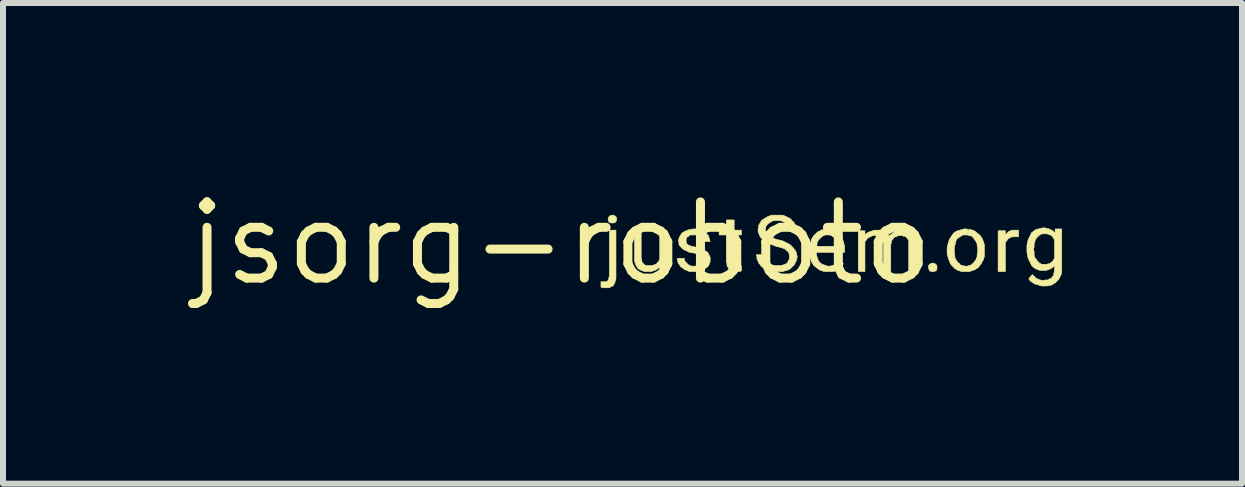
<source format=kicad_pcb>
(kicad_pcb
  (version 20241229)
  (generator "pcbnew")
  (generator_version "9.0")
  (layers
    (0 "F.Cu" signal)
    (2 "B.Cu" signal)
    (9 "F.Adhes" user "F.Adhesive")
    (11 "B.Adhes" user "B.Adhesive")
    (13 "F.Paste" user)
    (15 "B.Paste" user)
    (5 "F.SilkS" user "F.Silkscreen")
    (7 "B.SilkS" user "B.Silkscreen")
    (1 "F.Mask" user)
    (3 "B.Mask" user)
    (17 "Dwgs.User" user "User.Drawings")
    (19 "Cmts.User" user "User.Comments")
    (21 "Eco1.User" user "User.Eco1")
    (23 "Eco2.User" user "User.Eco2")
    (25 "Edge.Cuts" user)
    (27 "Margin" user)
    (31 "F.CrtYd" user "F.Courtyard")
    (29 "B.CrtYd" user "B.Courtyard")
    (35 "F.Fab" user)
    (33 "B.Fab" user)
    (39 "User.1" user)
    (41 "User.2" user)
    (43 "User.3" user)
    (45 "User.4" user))
  (footprint "jsorg-roboto"
    (layer "F.Cu")
    (at 6.297 1.006)
    (property "Reference" "jsorg-roboto" (at 0 0 0) (layer "F.SilkS") (effects (font (size 1.27 1.27) (thickness 0.15))))
    (attr board_only exclude_from_pos_files exclude_from_bom)
    (fp_poly (pts (xy 0.92 -0.22) (xy 0.81 -0.22) (xy 0.81 0.55) (xy 0.8 0.57) (xy 0.8 0.6) (xy 0.79 0.61) (xy 0.78 0.63) (xy 0.77 0.64) (xy 0.75 0.64) (xy 0.73 0.64) (xy 0.7 0.64) (xy 0.67 0.64) (xy 0.67 0.73) (xy 0.7 0.74) (xy 0.73 0.74) (xy 0.77 0.74) (xy 0.81 0.74) (xy 0.84 0.72) (xy 0.87 0.71) (xy 0.89 0.68) (xy 0.9 0.66) (xy 0.91 0.62) (xy 0.92 0.59) (xy 0.92 0.55) (xy 0.92 -0.22)) (stroke (width 0.01) (type solid)) (fill yes) (layer "F.SilkS"))
    (fp_poly (pts (xy 7.63 -0.11) (xy 7.63 -0.22) (xy 7.62 -0.22) (xy 7.59 -0.22) (xy 7.56 -0.22) (xy 7.53 -0.22) (xy 7.5 -0.21) (xy 7.47 -0.2) (xy 7.45 -0.18) (xy 7.43 -0.16) (xy 7.41 -0.14) (xy 7.41 -0.21) (xy 7.29 -0.21) (xy 7.29 0.47) (xy 7.41 0.47) (xy 7.41 -0.01) (xy 7.42 -0.03) (xy 7.44 -0.05) (xy 7.45 -0.07) (xy 7.48 -0.09) (xy 7.5 -0.1) (xy 7.53 -0.11) (xy 7.56 -0.11) (xy 7.59 -0.11) (xy 7.63 -0.11)) (stroke (width 0.01) (type solid)) (fill yes) (layer "F.SilkS"))
    (fp_poly (pts (xy 0.79 -0.4) (xy 0.79 -0.39) (xy 0.8 -0.37) (xy 0.8 -0.36) (xy 0.81 -0.35) (xy 0.83 -0.34) (xy 0.84 -0.34) (xy 0.85 -0.34) (xy 0.87 -0.34) (xy 0.89 -0.34) (xy 0.9 -0.35) (xy 0.91 -0.35) (xy 0.92 -0.36) (xy 0.92 -0.37) (xy 0.93 -0.38) (xy 0.93 -0.4) (xy 0.93 -0.41) (xy 0.93 -0.43) (xy 0.92 -0.44) (xy 0.91 -0.45) (xy 0.9 -0.46) (xy 0.89 -0.46) (xy 0.88 -0.47) (xy 0.85 -0.47) (xy 0.83 -0.46) (xy 0.82 -0.46) (xy 0.81 -0.45) (xy 0.8 -0.44) (xy 0.8 -0.43) (xy 0.79 -0.41) (xy 0.79 -0.4)) (stroke (width 0.01) (type solid)) (fill yes) (layer "F.SilkS"))
    (fp_poly (pts (xy 2.89 -0.39) (xy 2.76 -0.39) (xy 2.76 -0.22) (xy 2.64 -0.22) (xy 2.64 -0.14) (xy 2.76 -0.14) (xy 2.76 0.3) (xy 2.77 0.34) (xy 2.77 0.37) (xy 2.78 0.39) (xy 2.8 0.42) (xy 2.81 0.44) (xy 2.83 0.45) (xy 2.86 0.46) (xy 2.88 0.47) (xy 2.91 0.47) (xy 2.94 0.47) (xy 2.98 0.47) (xy 3.01 0.46) (xy 3.01 0.37) (xy 2.96 0.37) (xy 2.94 0.37) (xy 2.93 0.37) (xy 2.91 0.36) (xy 2.9 0.35) (xy 2.89 0.34) (xy 2.89 0.33) (xy 2.89 0.29) (xy 2.89 -0.14) (xy 3.01 -0.14) (xy 3.01 -0.22) (xy 2.89 -0.22) (xy 2.89 -0.39)) (stroke (width 0.01) (type solid)) (fill yes) (layer "F.SilkS"))
    (fp_poly (pts (xy 6.13 0.41) (xy 6.13 0.42) (xy 6.14 0.43) (xy 6.14 0.45) (xy 6.15 0.46) (xy 6.16 0.46) (xy 6.17 0.47) (xy 6.19 0.47) (xy 6.2 0.47) (xy 6.22 0.47) (xy 6.23 0.47) (xy 6.24 0.46) (xy 6.25 0.46) (xy 6.26 0.45) (xy 6.27 0.43) (xy 6.27 0.42) (xy 6.27 0.41) (xy 6.27 0.39) (xy 6.27 0.37) (xy 6.26 0.36) (xy 6.25 0.35) (xy 6.24 0.34) (xy 6.23 0.34) (xy 6.22 0.33) (xy 6.2 0.33) (xy 6.18 0.33) (xy 6.17 0.34) (xy 6.16 0.34) (xy 6.15 0.35) (xy 6.14 0.36) (xy 6.13 0.37) (xy 6.13 0.39) (xy 6.13 0.41)) (stroke (width 0.01) (type solid)) (fill yes) (layer "F.SilkS"))
    (fp_poly (pts (xy 1.65 0.39) (xy 1.65 0.46) (xy 1.77 0.46) (xy 1.77 -0.22) (xy 1.65 -0.22) (xy 1.65 0.27) (xy 1.64 0.28) (xy 1.63 0.31) (xy 1.61 0.32) (xy 1.6 0.34) (xy 1.58 0.35) (xy 1.55 0.36) (xy 1.53 0.37) (xy 1.5 0.37) (xy 1.47 0.37) (xy 1.45 0.37) (xy 1.42 0.37) (xy 1.4 0.36) (xy 1.39 0.35) (xy 1.37 0.33) (xy 1.36 0.32) (xy 1.35 0.3) (xy 1.35 0.27) (xy 1.34 0.25) (xy 1.34 0.22) (xy 1.34 -0.22) (xy 1.23 -0.22) (xy 1.23 0.26) (xy 1.23 0.3) (xy 1.24 0.33) (xy 1.25 0.36) (xy 1.27 0.39) (xy 1.28 0.41) (xy 1.3 0.43) (xy 1.32 0.44) (xy 1.34 0.45) (xy 1.37 0.46) (xy 1.39 0.47) (xy 1.42 0.47) (xy 1.45 0.47) (xy 1.48 0.47) (xy 1.51 0.47) (xy 1.54 0.46) (xy 1.57 0.45) (xy 1.59 0.44) (xy 1.61 0.43) (xy 1.63 0.41) (xy 1.65 0.39)) (stroke (width 0.01) (type solid)) (fill yes) (layer "F.SilkS"))
    (fp_poly (pts (xy 5.07 -0.21) (xy 4.96 -0.21) (xy 4.96 0.47) (xy 5.07 0.47) (xy 5.07 -0.03) (xy 5.09 -0.05) (xy 5.1 -0.07) (xy 5.12 -0.09) (xy 5.14 -0.1) (xy 5.16 -0.11) (xy 5.18 -0.12) (xy 5.21 -0.13) (xy 5.24 -0.13) (xy 5.26 -0.13) (xy 5.29 -0.12) (xy 5.31 -0.11) (xy 5.33 -0.1) (xy 5.34 -0.09) (xy 5.35 -0.07) (xy 5.36 -0.05) (xy 5.37 -0.03) (xy 5.38 -0.01) (xy 5.38 0.02) (xy 5.38 0.47) (xy 5.5 0.47) (xy 5.5 0.02) (xy 5.51 -0.01) (xy 5.51 -0.04) (xy 5.53 -0.06) (xy 5.54 -0.08) (xy 5.56 -0.1) (xy 5.58 -0.11) (xy 5.61 -0.12) (xy 5.63 -0.13) (xy 5.66 -0.13) (xy 5.69 -0.13) (xy 5.71 -0.12) (xy 5.73 -0.12) (xy 5.75 -0.11) (xy 5.77 -0.09) (xy 5.78 -0.08) (xy 5.79 -0.06) (xy 5.8 -0.04) (xy 5.8 -0.01) (xy 5.8 0.02) (xy 5.8 0.47) (xy 5.92 0.47) (xy 5.92 0.01) (xy 5.92 -0.03) (xy 5.91 -0.08) (xy 5.89 -0.12) (xy 5.87 -0.15) (xy 5.85 -0.18) (xy 5.83 -0.19) (xy 5.81 -0.2) (xy 5.78 -0.21) (xy 5.76 -0.22) (xy 5.73 -0.22) (xy 5.7 -0.22) (xy 5.67 -0.22) (xy 5.64 -0.22) (xy 5.61 -0.21) (xy 5.59 -0.21) (xy 5.57 -0.2) (xy 5.55 -0.18) (xy 5.53 -0.17) (xy 5.51 -0.15) (xy 5.49 -0.14) (xy 5.47 -0.12) (xy 5.46 -0.14) (xy 5.44 -0.16) (xy 5.42 -0.18) (xy 5.4 -0.19) (xy 5.38 -0.2) (xy 5.35 -0.21) (xy 5.33 -0.22) (xy 5.29 -0.22) (xy 5.26 -0.22) (xy 5.23 -0.22) (xy 5.2 -0.21) (xy 5.17 -0.2) (xy 5.14 -0.19) (xy 5.12 -0.18) (xy 5.09 -0.16) (xy 5.07 -0.14) (xy 5.07 -0.21)) (stroke (width 0.01) (type solid)) (fill yes) (layer "F.SilkS"))
    (fp_poly (pts (xy 4.46 0.47) (xy 4.5 0.47) (xy 4.54 0.47) (xy 4.58 0.46) (xy 4.61 0.44) (xy 4.64 0.42) (xy 4.67 0.4) (xy 4.69 0.37) (xy 4.71 0.34) (xy 4.65 0.28) (xy 4.62 0.31) (xy 4.59 0.34) (xy 4.56 0.36) (xy 4.53 0.37) (xy 4.49 0.38) (xy 4.45 0.38) (xy 4.42 0.37) (xy 4.39 0.36) (xy 4.36 0.35) (xy 4.33 0.33) (xy 4.31 0.31) (xy 4.29 0.28) (xy 4.28 0.25) (xy 4.27 0.22) (xy 4.26 0.19) (xy 4.26 0.15) (xy 4.27 0.05) (xy 4.27 0.01) (xy 4.28 -0.03) (xy 4.3 -0.06) (xy 4.32 -0.08) (xy 4.35 -0.11) (xy 4.38 -0.13) (xy 4.41 -0.14) (xy 4.44 -0.14) (xy 4.48 -0.14) (xy 4.51 -0.13) (xy 4.54 -0.11) (xy 4.57 -0.09) (xy 4.58 -0.06) (xy 4.6 -0.03) (xy 4.6 0.01) (xy 4.61 0.05) (xy 4.27 0.05) (xy 4.26 0.15) (xy 4.73 0.15) (xy 4.73 0.08) (xy 4.73 0.04) (xy 4.72 0.01) (xy 4.71 -0.03) (xy 4.7 -0.06) (xy 4.69 -0.09) (xy 4.68 -0.11) (xy 4.66 -0.14) (xy 4.65 -0.16) (xy 4.63 -0.18) (xy 4.6 -0.19) (xy 4.58 -0.21) (xy 4.55 -0.22) (xy 4.53 -0.23) (xy 4.5 -0.23) (xy 4.47 -0.24) (xy 4.43 -0.24) (xy 4.4 -0.23) (xy 4.37 -0.23) (xy 4.34 -0.22) (xy 4.31 -0.2) (xy 4.28 -0.19) (xy 4.26 -0.17) (xy 4.24 -0.15) (xy 4.21 -0.12) (xy 4.2 -0.1) (xy 4.18 -0.07) (xy 4.17 -0.03) (xy 4.16 0) (xy 4.15 0.03) (xy 4.15 0.07) (xy 4.15 0.1) (xy 4.15 0.15) (xy 4.15 0.19) (xy 4.15 0.22) (xy 4.16 0.25) (xy 4.17 0.28) (xy 4.18 0.31) (xy 4.2 0.34) (xy 4.21 0.36) (xy 4.23 0.38) (xy 4.26 0.4) (xy 4.28 0.42) (xy 4.31 0.44) (xy 4.33 0.45) (xy 4.36 0.46) (xy 4.39 0.47) (xy 4.42 0.47) (xy 4.46 0.47)) (stroke (width 0.01) (type solid)) (fill yes) (layer "F.SilkS"))
    (fp_poly (pts (xy 2.37 0.28) (xy 2.37 0.3) (xy 2.36 0.32) (xy 2.35 0.34) (xy 2.33 0.35) (xy 2.3 0.37) (xy 2.27 0.37) (xy 2.24 0.38) (xy 2.21 0.38) (xy 2.18 0.38) (xy 2.15 0.37) (xy 2.13 0.36) (xy 2.11 0.34) (xy 2.09 0.32) (xy 2.07 0.3) (xy 2.06 0.28) (xy 2.06 0.25) (xy 1.94 0.25) (xy 1.95 0.28) (xy 1.95 0.31) (xy 1.96 0.33) (xy 1.98 0.36) (xy 2 0.39) (xy 2.03 0.41) (xy 2.07 0.44) (xy 2.1 0.45) (xy 2.14 0.47) (xy 2.18 0.47) (xy 2.23 0.47) (xy 2.27 0.47) (xy 2.32 0.46) (xy 2.36 0.45) (xy 2.39 0.43) (xy 2.42 0.41) (xy 2.45 0.39) (xy 2.47 0.36) (xy 2.48 0.33) (xy 2.49 0.3) (xy 2.49 0.27) (xy 2.49 0.25) (xy 2.49 0.23) (xy 2.48 0.21) (xy 2.47 0.19) (xy 2.46 0.17) (xy 2.45 0.15) (xy 2.43 0.14) (xy 2.39 0.11) (xy 2.34 0.09) (xy 2.29 0.07) (xy 2.18 0.05) (xy 2.13 0.03) (xy 2.11 0.02) (xy 2.1 0) (xy 2.09 -0.01) (xy 2.09 -0.03) (xy 2.09 -0.06) (xy 2.09 -0.08) (xy 2.1 -0.1) (xy 2.12 -0.11) (xy 2.14 -0.13) (xy 2.16 -0.14) (xy 2.19 -0.14) (xy 2.22 -0.14) (xy 2.25 -0.14) (xy 2.28 -0.13) (xy 2.3 -0.12) (xy 2.32 -0.11) (xy 2.34 -0.09) (xy 2.35 -0.07) (xy 2.36 -0.05) (xy 2.36 -0.03) (xy 2.49 -0.03) (xy 2.48 -0.06) (xy 2.47 -0.1) (xy 2.46 -0.13) (xy 2.44 -0.15) (xy 2.42 -0.17) (xy 2.4 -0.19) (xy 2.38 -0.2) (xy 2.36 -0.21) (xy 2.34 -0.22) (xy 2.31 -0.23) (xy 2.26 -0.24) (xy 2.2 -0.24) (xy 2.17 -0.23) (xy 2.14 -0.23) (xy 2.12 -0.22) (xy 2.09 -0.21) (xy 2.07 -0.2) (xy 2.05 -0.19) (xy 2.02 -0.17) (xy 2 -0.14) (xy 1.98 -0.11) (xy 1.97 -0.08) (xy 1.96 -0.05) (xy 1.97 -0.01) (xy 1.97 0.02) (xy 1.99 0.05) (xy 2.01 0.07) (xy 2.03 0.09) (xy 2.06 0.11) (xy 2.09 0.12) (xy 2.12 0.14) (xy 2.15 0.15) (xy 2.27 0.17) (xy 2.3 0.18) (xy 2.33 0.2) (xy 2.35 0.21) (xy 2.36 0.23) (xy 2.37 0.25) (xy 2.37 0.28)) (stroke (width 0.01) (type solid)) (fill yes) (layer "F.SilkS"))
    (fp_poly (pts (xy 6.44 0.11) (xy 6.44 0.15) (xy 6.44 0.18) (xy 6.45 0.21) (xy 6.46 0.25) (xy 6.47 0.28) (xy 6.48 0.3) (xy 6.49 0.33) (xy 6.51 0.36) (xy 6.53 0.38) (xy 6.55 0.4) (xy 6.57 0.42) (xy 6.6 0.44) (xy 6.62 0.45) (xy 6.65 0.46) (xy 6.68 0.47) (xy 6.71 0.47) (xy 6.74 0.47) (xy 6.78 0.47) (xy 6.81 0.47) (xy 6.84 0.46) (xy 6.87 0.45) (xy 6.9 0.44) (xy 6.93 0.42) (xy 6.95 0.41) (xy 6.97 0.39) (xy 6.99 0.36) (xy 7.01 0.34) (xy 7.02 0.31) (xy 7.04 0.28) (xy 7.05 0.25) (xy 7.06 0.22) (xy 7.06 0.18) (xy 7.06 0.14) (xy 7.06 0.1) (xy 7.06 0.06) (xy 7.06 0.02) (xy 7.05 -0.01) (xy 7.04 -0.04) (xy 7.03 -0.07) (xy 7.01 -0.1) (xy 6.99 -0.13) (xy 6.97 -0.15) (xy 6.94 -0.17) (xy 6.92 -0.19) (xy 6.89 -0.21) (xy 6.86 -0.22) (xy 6.83 -0.23) (xy 6.8 -0.23) (xy 6.78 -0.14) (xy 6.81 -0.13) (xy 6.85 -0.12) (xy 6.88 -0.09) (xy 6.9 -0.06) (xy 6.92 -0.03) (xy 6.94 0.01) (xy 6.94 0.04) (xy 6.95 0.07) (xy 6.95 0.13) (xy 6.94 0.19) (xy 6.94 0.22) (xy 6.93 0.25) (xy 6.92 0.27) (xy 6.91 0.29) (xy 6.89 0.31) (xy 6.88 0.33) (xy 6.86 0.34) (xy 6.84 0.36) (xy 6.82 0.37) (xy 6.8 0.37) (xy 6.78 0.38) (xy 6.76 0.38) (xy 6.73 0.38) (xy 6.71 0.37) (xy 6.69 0.37) (xy 6.66 0.36) (xy 6.65 0.34) (xy 6.63 0.33) (xy 6.61 0.31) (xy 6.6 0.29) (xy 6.58 0.26) (xy 6.57 0.24) (xy 6.57 0.21) (xy 6.56 0.18) (xy 6.56 0.15) (xy 6.56 0.12) (xy 6.56 0.07) (xy 6.57 0.03) (xy 6.58 -0.01) (xy 6.59 -0.05) (xy 6.61 -0.08) (xy 6.64 -0.1) (xy 6.67 -0.12) (xy 6.7 -0.14) (xy 6.74 -0.14) (xy 6.78 -0.14) (xy 6.79 -0.23) (xy 6.76 -0.24) (xy 6.72 -0.24) (xy 6.69 -0.23) (xy 6.65 -0.22) (xy 6.62 -0.21) (xy 6.59 -0.2) (xy 6.56 -0.18) (xy 6.54 -0.16) (xy 6.52 -0.13) (xy 6.5 -0.1) (xy 6.48 -0.07) (xy 6.47 -0.04) (xy 6.46 -0.01) (xy 6.45 0.03) (xy 6.44 0.07) (xy 6.44 0.11)) (stroke (width 0.01) (type solid)) (fill yes) (layer "F.SilkS"))
    (fp_poly (pts (xy 7.77 0.09) (xy 7.77 0.14) (xy 7.78 0.2) (xy 7.79 0.25) (xy 7.81 0.29) (xy 7.83 0.33) (xy 7.85 0.37) (xy 7.88 0.4) (xy 7.91 0.42) (xy 7.95 0.44) (xy 7.99 0.45) (xy 8.04 0.45) (xy 8.09 0.45) (xy 8.13 0.44) (xy 8.17 0.42) (xy 8.2 0.4) (xy 8.23 0.37) (xy 8.23 0.46) (xy 8.22 0.49) (xy 8.22 0.51) (xy 8.21 0.54) (xy 8.19 0.56) (xy 8.18 0.58) (xy 8.15 0.59) (xy 8.12 0.61) (xy 8.08 0.61) (xy 8.04 0.62) (xy 7.99 0.61) (xy 7.96 0.6) (xy 7.92 0.58) (xy 7.89 0.55) (xy 7.86 0.52) (xy 7.8 0.59) (xy 7.82 0.62) (xy 7.84 0.64) (xy 7.86 0.65) (xy 7.89 0.67) (xy 7.91 0.68) (xy 7.95 0.69) (xy 7.98 0.7) (xy 8.01 0.71) (xy 8.04 0.71) (xy 8.07 0.71) (xy 8.11 0.71) (xy 8.14 0.7) (xy 8.16 0.7) (xy 8.19 0.69) (xy 8.22 0.67) (xy 8.24 0.66) (xy 8.26 0.64) (xy 8.28 0.62) (xy 8.3 0.6) (xy 8.31 0.58) (xy 8.32 0.56) (xy 8.33 0.54) (xy 8.34 0.52) (xy 8.35 0.46) (xy 8.35 0.43) (xy 8.35 -0.24) (xy 8.24 -0.24) (xy 8.24 -0.17) (xy 8.19 -0.12) (xy 8.21 -0.09) (xy 8.23 -0.06) (xy 8.23 0.25) (xy 8.21 0.28) (xy 8.2 0.3) (xy 8.17 0.32) (xy 8.15 0.34) (xy 8.13 0.34) (xy 8.1 0.35) (xy 8.07 0.35) (xy 8.04 0.35) (xy 8.02 0.35) (xy 8 0.34) (xy 7.98 0.33) (xy 7.96 0.31) (xy 7.94 0.29) (xy 7.93 0.27) (xy 7.91 0.25) (xy 7.9 0.23) (xy 7.89 0.2) (xy 7.89 0.17) (xy 7.89 0.14) (xy 7.88 0.1) (xy 7.89 0.06) (xy 7.89 0.01) (xy 7.9 -0.02) (xy 7.91 -0.06) (xy 7.93 -0.09) (xy 7.95 -0.11) (xy 7.97 -0.13) (xy 8 -0.15) (xy 8.03 -0.16) (xy 8.06 -0.16) (xy 8.1 -0.16) (xy 8.13 -0.15) (xy 8.16 -0.14) (xy 8.19 -0.12) (xy 8.24 -0.17) (xy 8.21 -0.2) (xy 8.18 -0.22) (xy 8.14 -0.24) (xy 8.1 -0.25) (xy 8.05 -0.26) (xy 8 -0.25) (xy 7.96 -0.24) (xy 7.92 -0.23) (xy 7.88 -0.2) (xy 7.85 -0.18) (xy 7.83 -0.14) (xy 7.81 -0.1) (xy 7.79 -0.06) (xy 7.78 -0.01) (xy 7.77 0.03) (xy 7.77 0.09)) (stroke (width 0.01) (type solid)) (fill yes) (layer "F.SilkS"))
    (fp_poly (pts (xy 3.59 0.05) (xy 3.67 0.07) (xy 3.73 0.09) (xy 3.75 0.11) (xy 3.77 0.12) (xy 3.78 0.13) (xy 3.79 0.14) (xy 3.8 0.16) (xy 3.81 0.19) (xy 3.81 0.21) (xy 3.81 0.24) (xy 3.81 0.26) (xy 3.8 0.28) (xy 3.79 0.3) (xy 3.78 0.32) (xy 3.76 0.34) (xy 3.73 0.35) (xy 3.71 0.36) (xy 3.67 0.37) (xy 3.64 0.37) (xy 3.6 0.37) (xy 3.56 0.37) (xy 3.53 0.36) (xy 3.5 0.35) (xy 3.47 0.34) (xy 3.44 0.32) (xy 3.42 0.3) (xy 3.41 0.28) (xy 3.4 0.25) (xy 3.39 0.22) (xy 3.39 0.19) (xy 3.26 0.19) (xy 3.27 0.23) (xy 3.27 0.26) (xy 3.29 0.3) (xy 3.3 0.33) (xy 3.32 0.35) (xy 3.34 0.38) (xy 3.37 0.4) (xy 3.4 0.42) (xy 3.43 0.43) (xy 3.46 0.45) (xy 3.5 0.46) (xy 3.53 0.47) (xy 3.57 0.47) (xy 3.61 0.47) (xy 3.65 0.47) (xy 3.7 0.47) (xy 3.73 0.46) (xy 3.77 0.45) (xy 3.8 0.44) (xy 3.83 0.42) (xy 3.86 0.39) (xy 3.89 0.36) (xy 3.91 0.32) (xy 3.93 0.28) (xy 3.93 0.26) (xy 3.94 0.24) (xy 3.94 0.21) (xy 3.93 0.19) (xy 3.93 0.17) (xy 3.92 0.14) (xy 3.91 0.12) (xy 3.9 0.11) (xy 3.88 0.08) (xy 3.85 0.05) (xy 3.82 0.02) (xy 3.78 0) (xy 3.74 -0.02) (xy 3.7 -0.04) (xy 3.58 -0.07) (xy 3.54 -0.09) (xy 3.51 -0.1) (xy 3.48 -0.12) (xy 3.45 -0.14) (xy 3.43 -0.16) (xy 3.42 -0.18) (xy 3.41 -0.21) (xy 3.41 -0.22) (xy 3.41 -0.24) (xy 3.42 -0.28) (xy 3.44 -0.31) (xy 3.46 -0.33) (xy 3.49 -0.35) (xy 3.52 -0.37) (xy 3.56 -0.38) (xy 3.61 -0.38) (xy 3.65 -0.38) (xy 3.69 -0.37) (xy 3.73 -0.35) (xy 3.75 -0.33) (xy 3.78 -0.3) (xy 3.79 -0.27) (xy 3.8 -0.24) (xy 3.81 -0.2) (xy 3.93 -0.2) (xy 3.92 -0.24) (xy 3.91 -0.29) (xy 3.89 -0.34) (xy 3.88 -0.36) (xy 3.86 -0.37) (xy 3.83 -0.41) (xy 3.79 -0.43) (xy 3.75 -0.45) (xy 3.7 -0.47) (xy 3.66 -0.47) (xy 3.63 -0.47) (xy 3.59 -0.47) (xy 3.56 -0.47) (xy 3.52 -0.47) (xy 3.49 -0.46) (xy 3.46 -0.45) (xy 3.44 -0.44) (xy 3.41 -0.42) (xy 3.39 -0.41) (xy 3.36 -0.39) (xy 3.34 -0.37) (xy 3.33 -0.35) (xy 3.31 -0.32) (xy 3.3 -0.3) (xy 3.3 -0.27) (xy 3.29 -0.25) (xy 3.29 -0.22) (xy 3.29 -0.19) (xy 3.3 -0.17) (xy 3.31 -0.14) (xy 3.32 -0.12) (xy 3.33 -0.1) (xy 3.35 -0.08) (xy 3.37 -0.06) (xy 3.39 -0.04) (xy 3.41 -0.03) (xy 3.44 -0.01) (xy 3.51 0.02) (xy 3.59 0.05)) (stroke (width 0.01) (type solid)) (fill yes) (layer "F.SilkS")))
  (gr_rect
    (start -3 -3)
    (end 17.652 5.012)
    (stroke (width 0.1) (type default))
    (fill no)
    (layer "Edge.Cuts")))
</source>
